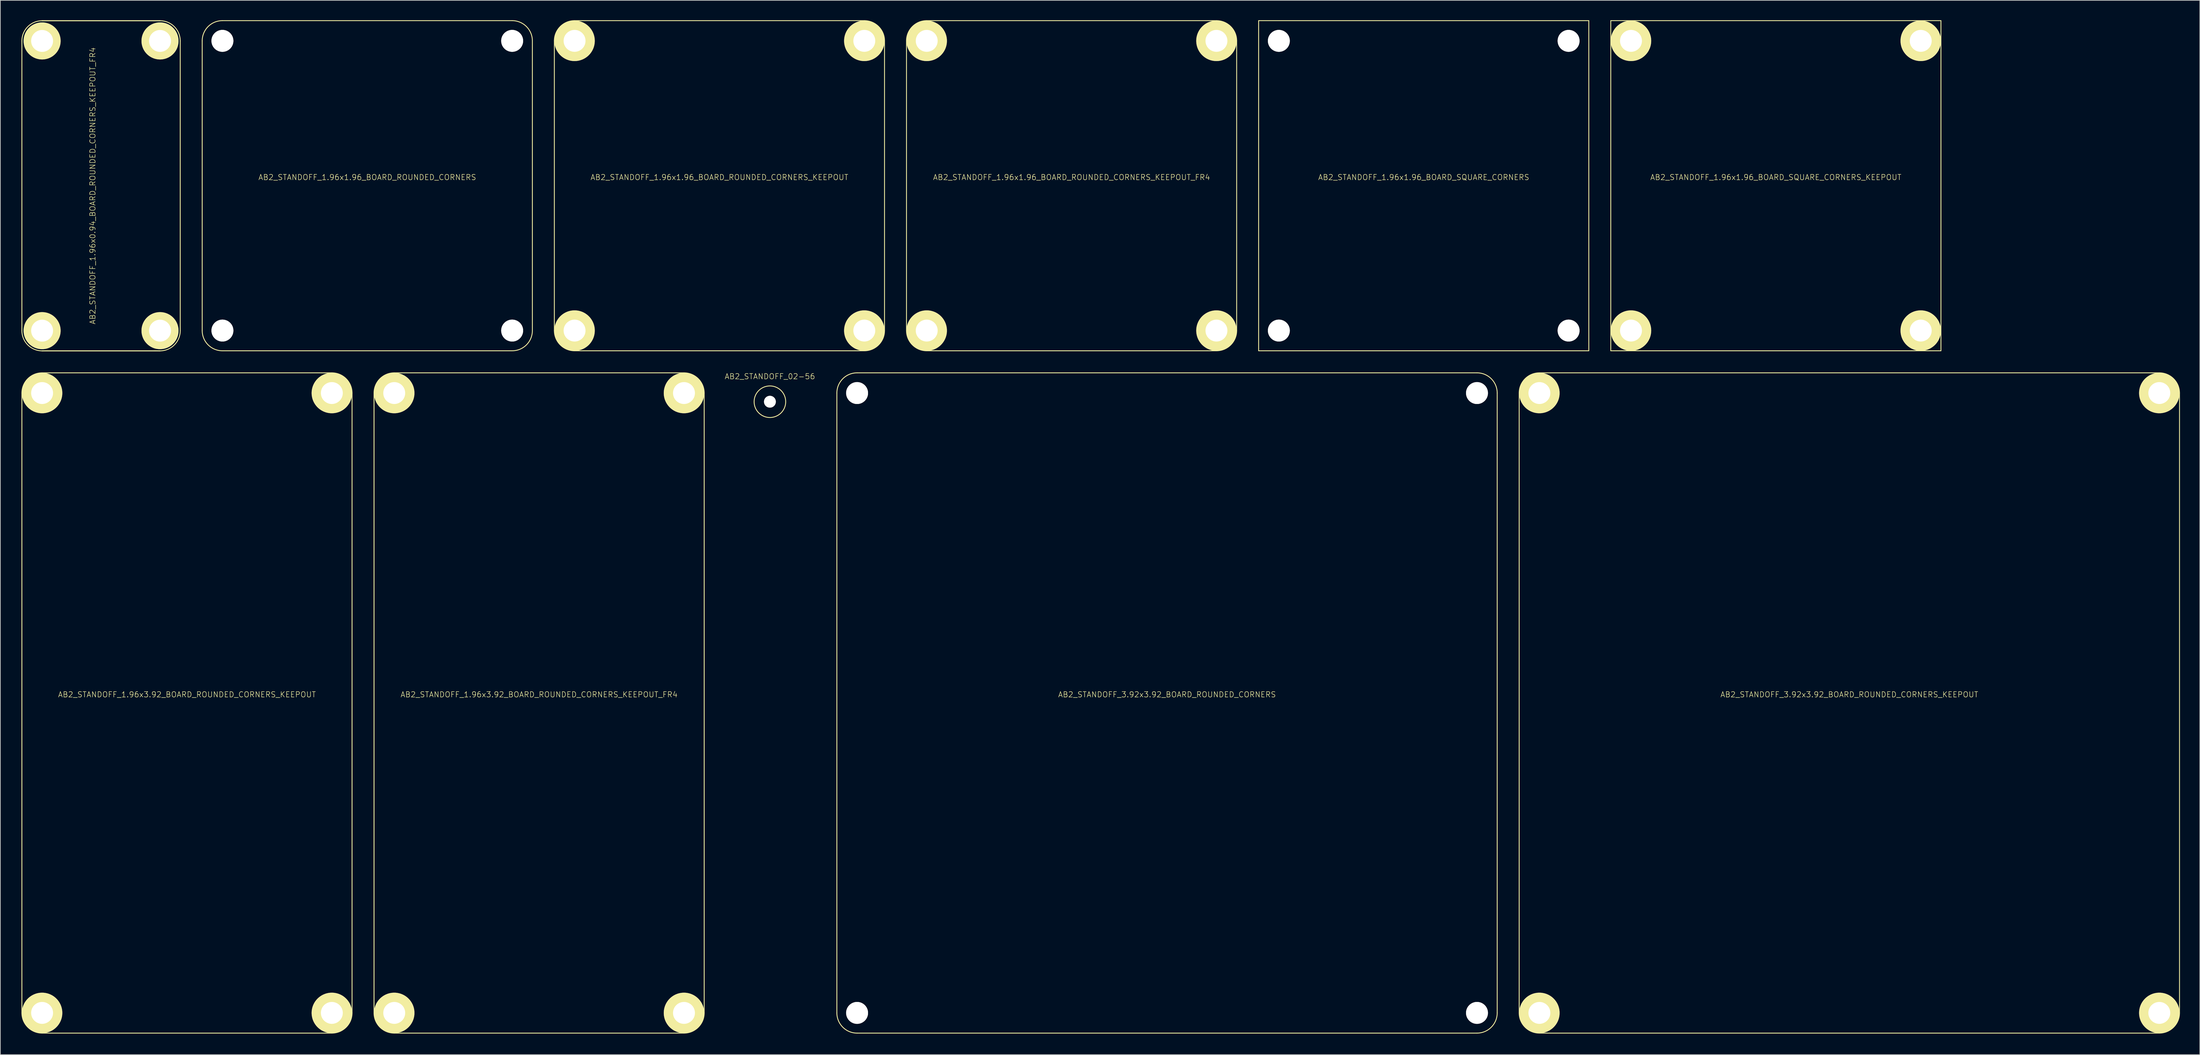
<source format=kicad_pcb>
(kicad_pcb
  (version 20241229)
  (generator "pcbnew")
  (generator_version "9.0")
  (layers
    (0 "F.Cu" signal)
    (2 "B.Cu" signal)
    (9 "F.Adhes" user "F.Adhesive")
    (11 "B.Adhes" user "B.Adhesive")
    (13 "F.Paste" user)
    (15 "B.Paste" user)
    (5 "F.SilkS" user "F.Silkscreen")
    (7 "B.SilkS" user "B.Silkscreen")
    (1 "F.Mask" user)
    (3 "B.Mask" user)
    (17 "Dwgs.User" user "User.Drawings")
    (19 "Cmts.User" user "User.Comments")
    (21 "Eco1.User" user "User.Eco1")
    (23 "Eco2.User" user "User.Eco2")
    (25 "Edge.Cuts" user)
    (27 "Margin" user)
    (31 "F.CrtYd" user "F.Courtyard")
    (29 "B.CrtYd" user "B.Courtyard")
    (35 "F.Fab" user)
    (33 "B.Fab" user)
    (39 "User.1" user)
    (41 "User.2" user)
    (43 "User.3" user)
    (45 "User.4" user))
  (footprint "AB2_STANDOFF_1.96x1.96_BOARD_ROUNDED_CORNERS_KEEPOUT_FR4"
    (layer "F.Cu")
    (at 133.635 49.847)
    (property "Reference" "AB2_STANDOFF_1.96x1.96_BOARD_ROUNDED_CORNERS_KEEPOUT_FR4" (at 24.892 -26.162 0) (layer "F.SilkS") (effects (font (size 0.813 0.813) (thickness 0.076))))
    (attr through_hole)
    (fp_line (start 0 -3.048) (end 0 -46.736) (stroke (width 0.127) (type solid)) (layer "F.SilkS"))
    (fp_line (start 3.048 -49.784) (end 46.736 -49.784) (stroke (width 0.127) (type solid)) (layer "F.SilkS"))
    (fp_line (start 46.736 0) (end 3.048 0) (stroke (width 0.127) (type solid)) (layer "F.SilkS"))
    (fp_line (start 49.784 -46.736) (end 49.784 -3.048) (stroke (width 0.127) (type solid)) (layer "F.SilkS"))
    (fp_arc (start 0 -46.736) (mid 0.892739 -48.891261) (end 3.048 -49.784) (stroke (width 0.127) (type solid)) (layer "F.SilkS"))
    (fp_arc (start 3.048 0) (mid 0.892739 -0.892739) (end 0 -3.048) (stroke (width 0.127) (type solid)) (layer "F.SilkS"))
    (fp_arc (start 46.736 -49.784) (mid 48.891261 -48.891261) (end 49.784 -46.736) (stroke (width 0.127) (type solid)) (layer "F.SilkS"))
    (fp_arc (start 49.784 -3.048) (mid 48.891261 -0.892739) (end 46.736 0) (stroke (width 0.127) (type solid)) (layer "F.SilkS"))
    (pad "1" thru_hole circle (at 3.048 -46.736) (size 6.096 6.096) (drill 3.302) (layers "*.Cu" "*.Mask" "F.SilkS"))
    (pad "1" thru_hole circle (at 3.048 -3.048) (size 6.096 6.096) (drill 3.302) (layers "*.Cu" "*.Mask" "F.SilkS"))
    (pad "1" thru_hole circle (at 46.736 -46.736) (size 6.096 6.096) (drill 3.302) (layers "*.Cu" "*.Mask" "F.SilkS"))
    (pad "1" thru_hole circle (at 46.736 -3.048) (size 6.096 6.096) (drill 3.302) (layers "*.Cu" "*.Mask" "F.SilkS")))
  (footprint "AB2_STANDOFF_3.92x3.92_BOARD_ROUNDED_CORNERS"
    (layer "F.Cu")
    (at 123.135 152.74)
    (property "Reference" "AB2_STANDOFF_3.92x3.92_BOARD_ROUNDED_CORNERS" (at 49.784 -51.054 0) (layer "F.SilkS") (effects (font (size 0.813 0.813) (thickness 0.076))))
    (attr through_hole)
    (fp_line (start 0 -3.048) (end 0 -96.52) (stroke (width 0.127) (type solid)) (layer "F.SilkS"))
    (fp_line (start 3.048 -99.568) (end 96.52 -99.568) (stroke (width 0.127) (type solid)) (layer "F.SilkS"))
    (fp_line (start 96.52 0) (end 3.048 0) (stroke (width 0.127) (type solid)) (layer "F.SilkS"))
    (fp_line (start 99.568 -96.52) (end 99.568 -3.048) (stroke (width 0.127) (type solid)) (layer "F.SilkS"))
    (fp_arc (start 0 -96.52) (mid 0.892739 -98.675261) (end 3.048 -99.568) (stroke (width 0.127) (type solid)) (layer "F.SilkS"))
    (fp_arc (start 3.048 0) (mid 0.892739 -0.892739) (end 0 -3.048) (stroke (width 0.127) (type solid)) (layer "F.SilkS"))
    (fp_arc (start 96.52 -99.568) (mid 98.675261 -98.675261) (end 99.568 -96.52) (stroke (width 0.127) (type solid)) (layer "F.SilkS"))
    (fp_arc (start 99.568 -3.048) (mid 98.675261 -0.892739) (end 96.52 0) (stroke (width 0.127) (type solid)) (layer "F.SilkS"))
    (pad "1" thru_hole circle (at 3.048 -96.52) (size 3.302 3.302) (drill 3.302) (layers "*.Cu" "*.Mask" "F.SilkS"))
    (pad "1" thru_hole circle (at 3.048 -3.048) (size 3.302 3.302) (drill 3.302) (layers "*.Cu" "*.Mask" "F.SilkS"))
    (pad "1" thru_hole circle (at 96.52 -96.52) (size 3.302 3.302) (drill 3.302) (layers "*.Cu" "*.Mask" "F.SilkS"))
    (pad "1" thru_hole circle (at 96.52 -3.048) (size 3.302 3.302) (drill 3.302) (layers "*.Cu" "*.Mask" "F.SilkS")))
  (footprint "AB2_STANDOFF_1.96x0.94_BOARD_ROUNDED_CORNERS_KEEPOUT_FR4"
    (layer "F.Cu")
    (at 0.25 49.859)
    (property "Reference" "AB2_STANDOFF_1.96x0.94_BOARD_ROUNDED_CORNERS_KEEPOUT_FR4" (at 10.668 -24.892 90) (layer "F.SilkS") (effects (font (size 0.813 0.813) (thickness 0.076))))
    (attr through_hole)
    (fp_line (start 0 -3.048) (end 0 -46.736) (stroke (width 0.127) (type solid)) (layer "F.SilkS"))
    (fp_line (start 3.048 -49.784) (end 20.828 -49.784) (stroke (width 0.15) (type solid)) (layer "F.SilkS"))
    (fp_line (start 20.828 0) (end 3.048 0) (stroke (width 0.15) (type solid)) (layer "F.SilkS"))
    (fp_line (start 23.876 -46.736) (end 23.876 -3.048) (stroke (width 0.127) (type solid)) (layer "F.SilkS"))
    (fp_arc (start 0 -46.736) (mid 0.892739 -48.891261) (end 3.048 -49.784) (stroke (width 0.127) (type solid)) (layer "F.SilkS"))
    (fp_arc (start 3.048 0) (mid 0.892739 -0.892739) (end 0 -3.048) (stroke (width 0.127) (type solid)) (layer "F.SilkS"))
    (fp_arc (start 20.828 -49.784) (mid 22.983261 -48.891261) (end 23.876 -46.736) (stroke (width 0.127) (type solid)) (layer "F.SilkS"))
    (fp_arc (start 23.876 -3.048) (mid 22.983261 -0.892739) (end 20.828 0) (stroke (width 0.127) (type solid)) (layer "F.SilkS"))
    (pad "1" thru_hole circle (at 3.048 -46.736) (size 5.588 5.588) (drill 3.302) (layers "*.Cu" "*.Mask" "F.SilkS"))
    (pad "1" thru_hole circle (at 3.048 -3.048) (size 5.588 5.588) (drill 3.302) (layers "*.Cu" "*.Mask" "F.SilkS"))
    (pad "1" thru_hole circle (at 20.828 -46.736) (size 5.588 5.588) (drill 3.302) (layers "*.Cu" "*.Mask" "F.SilkS"))
    (pad "1" thru_hole circle (at 20.828 -3.048) (size 5.588 5.588) (drill 3.302) (layers "*.Cu" "*.Mask" "F.SilkS")))
  (footprint "AB2_STANDOFF_02-56"
    (layer "F.Cu")
    (at 113.04 57.528)
    (property "Reference" "AB2_STANDOFF_02-56" (at 0 -3.81 0) (layer "F.SilkS") (effects (font (size 0.813 0.813) (thickness 0.076))))
    (attr through_hole)
    (fp_circle (center 0 0) (end 0 -2.381) (stroke (width 0.127) (type solid)) (fill no) (layer "F.SilkS"))
    (pad "" thru_hole circle (at 0 0) (size 1.778 1.778) (drill 1.778) (layers "*.Cu" "*.Mask" "F.SilkS")))
  (footprint "AB2_STANDOFF_1.96x1.96_BOARD_SQUARE_CORNERS"
    (layer "F.Cu")
    (at 186.732 49.847)
    (property "Reference" "AB2_STANDOFF_1.96x1.96_BOARD_SQUARE_CORNERS" (at 24.892 -26.162 0) (layer "F.SilkS") (effects (font (size 0.813 0.813) (thickness 0.076))))
    (attr through_hole)
    (fp_line (start 0 -49.784) (end 0 0) (stroke (width 0.127) (type solid)) (layer "F.SilkS"))
    (fp_line (start 0 0) (end 49.784 0) (stroke (width 0.127) (type solid)) (layer "F.SilkS"))
    (fp_line (start 49.784 -49.784) (end 0 -49.784) (stroke (width 0.127) (type solid)) (layer "F.SilkS"))
    (fp_line (start 49.784 0) (end 49.784 -49.784) (stroke (width 0.127) (type solid)) (layer "F.SilkS"))
    (pad "1" thru_hole circle (at 3.048 -46.736) (size 3.302 3.302) (drill 3.302) (layers "*.Cu" "*.Mask" "F.SilkS"))
    (pad "1" thru_hole circle (at 3.048 -3.048) (size 3.302 3.302) (drill 3.302) (layers "*.Cu" "*.Mask" "F.SilkS"))
    (pad "1" thru_hole circle (at 46.736 -46.736) (size 3.302 3.302) (drill 3.302) (layers "*.Cu" "*.Mask" "F.SilkS"))
    (pad "1" thru_hole circle (at 46.736 -3.048) (size 3.302 3.302) (drill 3.302) (layers "*.Cu" "*.Mask" "F.SilkS")))
  (footprint "AB2_STANDOFF_1.96x3.92_BOARD_ROUNDED_CORNERS_KEEPOUT"
    (layer "F.Cu")
    (at 0.25 152.74)
    (property "Reference" "AB2_STANDOFF_1.96x3.92_BOARD_ROUNDED_CORNERS_KEEPOUT" (at 24.892 -51.054 0) (layer "F.SilkS") (effects (font (size 0.813 0.813) (thickness 0.076))))
    (attr through_hole)
    (fp_line (start 0 -3.048) (end 0 -96.52) (stroke (width 0.127) (type solid)) (layer "F.SilkS"))
    (fp_line (start 3.048 -99.568) (end 46.736 -99.568) (stroke (width 0.127) (type solid)) (layer "F.SilkS"))
    (fp_line (start 3.048 0) (end 46.736 0) (stroke (width 0.127) (type solid)) (layer "F.SilkS"))
    (fp_line (start 49.784 -96.52) (end 49.784 -3.048) (stroke (width 0.127) (type solid)) (layer "F.SilkS"))
    (fp_arc (start 0 -96.52) (mid 0.892739 -98.675261) (end 3.048 -99.568) (stroke (width 0.127) (type solid)) (layer "F.SilkS"))
    (fp_arc (start 3.048 0) (mid 0.892739 -0.892739) (end 0 -3.048) (stroke (width 0.127) (type solid)) (layer "F.SilkS"))
    (fp_arc (start 46.736 -99.568) (mid 48.891261 -98.675261) (end 49.784 -96.52) (stroke (width 0.127) (type solid)) (layer "F.SilkS"))
    (fp_arc (start 49.784 -3.048) (mid 48.891261 -0.892739) (end 46.736 0) (stroke (width 0.127) (type solid)) (layer "F.SilkS"))
    (pad "1" thru_hole circle (at 3.048 -96.52) (size 6.096 6.096) (drill 3.302) (layers "*.Cu" "*.Mask" "F.SilkS"))
    (pad "1" thru_hole circle (at 3.048 -3.048) (size 6.096 6.096) (drill 3.302) (layers "*.Cu" "*.Mask" "F.SilkS"))
    (pad "1" thru_hole circle (at 46.736 -96.52) (size 6.096 6.096) (drill 3.302) (layers "*.Cu" "*.Mask" "F.SilkS"))
    (pad "1" thru_hole circle (at 46.736 -3.048) (size 6.096 6.096) (drill 3.302) (layers "*.Cu" "*.Mask" "F.SilkS")))
  (footprint "AB2_STANDOFF_1.96x1.96_BOARD_SQUARE_CORNERS_KEEPOUT"
    (layer "F.Cu")
    (at 239.829 49.847)
    (property "Reference" "AB2_STANDOFF_1.96x1.96_BOARD_SQUARE_CORNERS_KEEPOUT" (at 24.892 -26.162 0) (layer "F.SilkS") (effects (font (size 0.813 0.813) (thickness 0.076))))
    (attr through_hole)
    (fp_line (start 0 -49.784) (end 0 0) (stroke (width 0.127) (type solid)) (layer "F.SilkS"))
    (fp_line (start 0 0) (end 49.784 0) (stroke (width 0.127) (type solid)) (layer "F.SilkS"))
    (fp_line (start 49.784 -49.784) (end 0 -49.784) (stroke (width 0.127) (type solid)) (layer "F.SilkS"))
    (fp_line (start 49.784 0) (end 49.784 -49.784) (stroke (width 0.127) (type solid)) (layer "F.SilkS"))
    (pad "1" thru_hole circle (at 3.048 -46.736) (size 6.096 6.096) (drill 3.302) (layers "*.Cu" "*.Mask" "F.SilkS"))
    (pad "1" thru_hole circle (at 3.048 -3.048) (size 6.096 6.096) (drill 3.302) (layers "*.Cu" "*.Mask" "F.SilkS"))
    (pad "1" thru_hole circle (at 46.736 -46.736) (size 6.096 6.096) (drill 3.302) (layers "*.Cu" "*.Mask" "F.SilkS"))
    (pad "1" thru_hole circle (at 46.736 -3.048) (size 6.096 6.096) (drill 3.302) (layers "*.Cu" "*.Mask" "F.SilkS")))
  (footprint "AB2_STANDOFF_1.96x3.92_BOARD_ROUNDED_CORNERS_KEEPOUT_FR4"
    (layer "F.Cu")
    (at 53.347 152.74)
    (property "Reference" "AB2_STANDOFF_1.96x3.92_BOARD_ROUNDED_CORNERS_KEEPOUT_FR4" (at 24.892 -51.054 0) (layer "F.SilkS") (effects (font (size 0.813 0.813) (thickness 0.076))))
    (attr through_hole)
    (fp_line (start 0 -3.048) (end 0 -96.52) (stroke (width 0.127) (type solid)) (layer "F.SilkS"))
    (fp_line (start 3.048 -99.568) (end 46.736 -99.568) (stroke (width 0.127) (type solid)) (layer "F.SilkS"))
    (fp_line (start 3.048 0) (end 46.736 0) (stroke (width 0.127) (type solid)) (layer "F.SilkS"))
    (fp_line (start 49.784 -96.52) (end 49.784 -3.048) (stroke (width 0.127) (type solid)) (layer "F.SilkS"))
    (fp_arc (start 0 -96.52) (mid 0.892739 -98.675261) (end 3.048 -99.568) (stroke (width 0.127) (type solid)) (layer "F.SilkS"))
    (fp_arc (start 3.048 0) (mid 0.892739 -0.892739) (end 0 -3.048) (stroke (width 0.127) (type solid)) (layer "F.SilkS"))
    (fp_arc (start 46.736 -99.568) (mid 48.891261 -98.675261) (end 49.784 -96.52) (stroke (width 0.127) (type solid)) (layer "F.SilkS"))
    (fp_arc (start 49.784 -3.048) (mid 48.891261 -0.892739) (end 46.736 0) (stroke (width 0.127) (type solid)) (layer "F.SilkS"))
    (pad "1" thru_hole circle (at 3.048 -96.52) (size 6.096 6.096) (drill 3.302) (layers "*.Cu" "*.Mask" "F.SilkS"))
    (pad "1" thru_hole circle (at 3.048 -3.048) (size 6.096 6.096) (drill 3.302) (layers "*.Cu" "*.Mask" "F.SilkS"))
    (pad "1" thru_hole circle (at 46.736 -96.52) (size 6.096 6.096) (drill 3.302) (layers "*.Cu" "*.Mask" "F.SilkS"))
    (pad "1" thru_hole circle (at 46.736 -3.048) (size 6.096 6.096) (drill 3.302) (layers "*.Cu" "*.Mask" "F.SilkS")))
  (footprint "AB2_STANDOFF_1.96x1.96_BOARD_ROUNDED_CORNERS_KEEPOUT"
    (layer "F.Cu")
    (at 80.537 49.847)
    (property "Reference" "AB2_STANDOFF_1.96x1.96_BOARD_ROUNDED_CORNERS_KEEPOUT" (at 24.892 -26.162 0) (layer "F.SilkS") (effects (font (size 0.813 0.813) (thickness 0.076))))
    (attr through_hole)
    (fp_line (start 0 -3.048) (end 0 -46.736) (stroke (width 0.127) (type solid)) (layer "F.SilkS"))
    (fp_line (start 3.048 -49.784) (end 46.736 -49.784) (stroke (width 0.127) (type solid)) (layer "F.SilkS"))
    (fp_line (start 46.736 0) (end 3.048 0) (stroke (width 0.127) (type solid)) (layer "F.SilkS"))
    (fp_line (start 49.784 -46.736) (end 49.784 -3.048) (stroke (width 0.127) (type solid)) (layer "F.SilkS"))
    (fp_arc (start 0 -46.736) (mid 0.892739 -48.891261) (end 3.048 -49.784) (stroke (width 0.127) (type solid)) (layer "F.SilkS"))
    (fp_arc (start 3.048 0) (mid 0.892739 -0.892739) (end 0 -3.048) (stroke (width 0.127) (type solid)) (layer "F.SilkS"))
    (fp_arc (start 46.736 -49.784) (mid 48.891261 -48.891261) (end 49.784 -46.736) (stroke (width 0.127) (type solid)) (layer "F.SilkS"))
    (fp_arc (start 49.784 -3.048) (mid 48.891261 -0.892739) (end 46.736 0) (stroke (width 0.127) (type solid)) (layer "F.SilkS"))
    (pad "1" thru_hole circle (at 3.048 -46.736) (size 6.096 6.096) (drill 3.302) (layers "*.Cu" "*.Mask" "F.SilkS"))
    (pad "1" thru_hole circle (at 3.048 -3.048) (size 6.096 6.096) (drill 3.302) (layers "*.Cu" "*.Mask" "F.SilkS"))
    (pad "1" thru_hole circle (at 46.736 -46.736) (size 6.096 6.096) (drill 3.302) (layers "*.Cu" "*.Mask" "F.SilkS"))
    (pad "1" thru_hole circle (at 46.736 -3.048) (size 6.096 6.096) (drill 3.302) (layers "*.Cu" "*.Mask" "F.SilkS")))
  (footprint "AB2_STANDOFF_3.92x3.92_BOARD_ROUNDED_CORNERS_KEEPOUT"
    (layer "F.Cu")
    (at 226.017 152.74)
    (property "Reference" "AB2_STANDOFF_3.92x3.92_BOARD_ROUNDED_CORNERS_KEEPOUT" (at 49.784 -51.054 0) (layer "F.SilkS") (effects (font (size 0.813 0.813) (thickness 0.076))))
    (attr through_hole)
    (fp_line (start 0 -3.048) (end 0 -96.52) (stroke (width 0.127) (type solid)) (layer "F.SilkS"))
    (fp_line (start 3.048 -99.568) (end 96.52 -99.568) (stroke (width 0.127) (type solid)) (layer "F.SilkS"))
    (fp_line (start 96.52 0) (end 3.048 0) (stroke (width 0.127) (type solid)) (layer "F.SilkS"))
    (fp_line (start 99.568 -96.52) (end 99.568 -3.048) (stroke (width 0.127) (type solid)) (layer "F.SilkS"))
    (fp_arc (start 0 -96.52) (mid 0.892739 -98.675261) (end 3.048 -99.568) (stroke (width 0.127) (type solid)) (layer "F.SilkS"))
    (fp_arc (start 3.048 0) (mid 0.892739 -0.892739) (end 0 -3.048) (stroke (width 0.127) (type solid)) (layer "F.SilkS"))
    (fp_arc (start 96.52 -99.568) (mid 98.675261 -98.675261) (end 99.568 -96.52) (stroke (width 0.127) (type solid)) (layer "F.SilkS"))
    (fp_arc (start 99.568 -3.048) (mid 98.675261 -0.892739) (end 96.52 0) (stroke (width 0.127) (type solid)) (layer "F.SilkS"))
    (pad "1" thru_hole circle (at 3.048 -96.52) (size 6.096 6.096) (drill 3.302) (layers "*.Cu" "*.Mask" "F.SilkS"))
    (pad "1" thru_hole circle (at 3.048 -3.048) (size 6.096 6.096) (drill 3.302) (layers "*.Cu" "*.Mask" "F.SilkS"))
    (pad "1" thru_hole circle (at 96.52 -96.52) (size 6.096 6.096) (drill 3.302) (layers "*.Cu" "*.Mask" "F.SilkS"))
    (pad "1" thru_hole circle (at 96.52 -3.048) (size 6.096 6.096) (drill 3.302) (layers "*.Cu" "*.Mask" "F.SilkS")))
  (footprint "AB2_STANDOFF_1.96x1.96_BOARD_ROUNDED_CORNERS"
    (layer "F.Cu")
    (at 27.439 49.847)
    (property "Reference" "AB2_STANDOFF_1.96x1.96_BOARD_ROUNDED_CORNERS" (at 24.892 -26.162 0) (layer "F.SilkS") (effects (font (size 0.813 0.813) (thickness 0.076))))
    (attr through_hole)
    (fp_line (start 0 -3.048) (end 0 -46.736) (stroke (width 0.127) (type solid)) (layer "F.SilkS"))
    (fp_line (start 3.048 -49.784) (end 46.736 -49.784) (stroke (width 0.127) (type solid)) (layer "F.SilkS"))
    (fp_line (start 46.736 0) (end 3.048 0) (stroke (width 0.127) (type solid)) (layer "F.SilkS"))
    (fp_line (start 49.784 -46.736) (end 49.784 -3.048) (stroke (width 0.127) (type solid)) (layer "F.SilkS"))
    (fp_arc (start 0 -46.736) (mid 0.892739 -48.891261) (end 3.048 -49.784) (stroke (width 0.127) (type solid)) (layer "F.SilkS"))
    (fp_arc (start 3.048 0) (mid 0.892739 -0.892739) (end 0 -3.048) (stroke (width 0.127) (type solid)) (layer "F.SilkS"))
    (fp_arc (start 46.736 -49.784) (mid 48.891261 -48.891261) (end 49.784 -46.736) (stroke (width 0.127) (type solid)) (layer "F.SilkS"))
    (fp_arc (start 49.784 -3.048) (mid 48.891261 -0.892739) (end 46.736 0) (stroke (width 0.127) (type solid)) (layer "F.SilkS"))
    (pad "1" thru_hole circle (at 3.048 -46.736) (size 3.302 3.302) (drill 3.302) (layers "*.Cu" "*.Mask" "F.SilkS"))
    (pad "1" thru_hole circle (at 3.048 -3.048) (size 3.302 3.302) (drill 3.302) (layers "*.Cu" "*.Mask" "F.SilkS"))
    (pad "1" thru_hole circle (at 46.736 -46.736) (size 3.302 3.302) (drill 3.302) (layers "*.Cu" "*.Mask" "F.SilkS"))
    (pad "1" thru_hole circle (at 46.736 -3.048) (size 3.302 3.302) (drill 3.302) (layers "*.Cu" "*.Mask" "F.SilkS")))
  (gr_rect
    (start -3 -3)
    (end 328.648 155.99)
    (stroke (width 0.1) (type default))
    (fill no)
    (layer "Edge.Cuts")))
</source>
